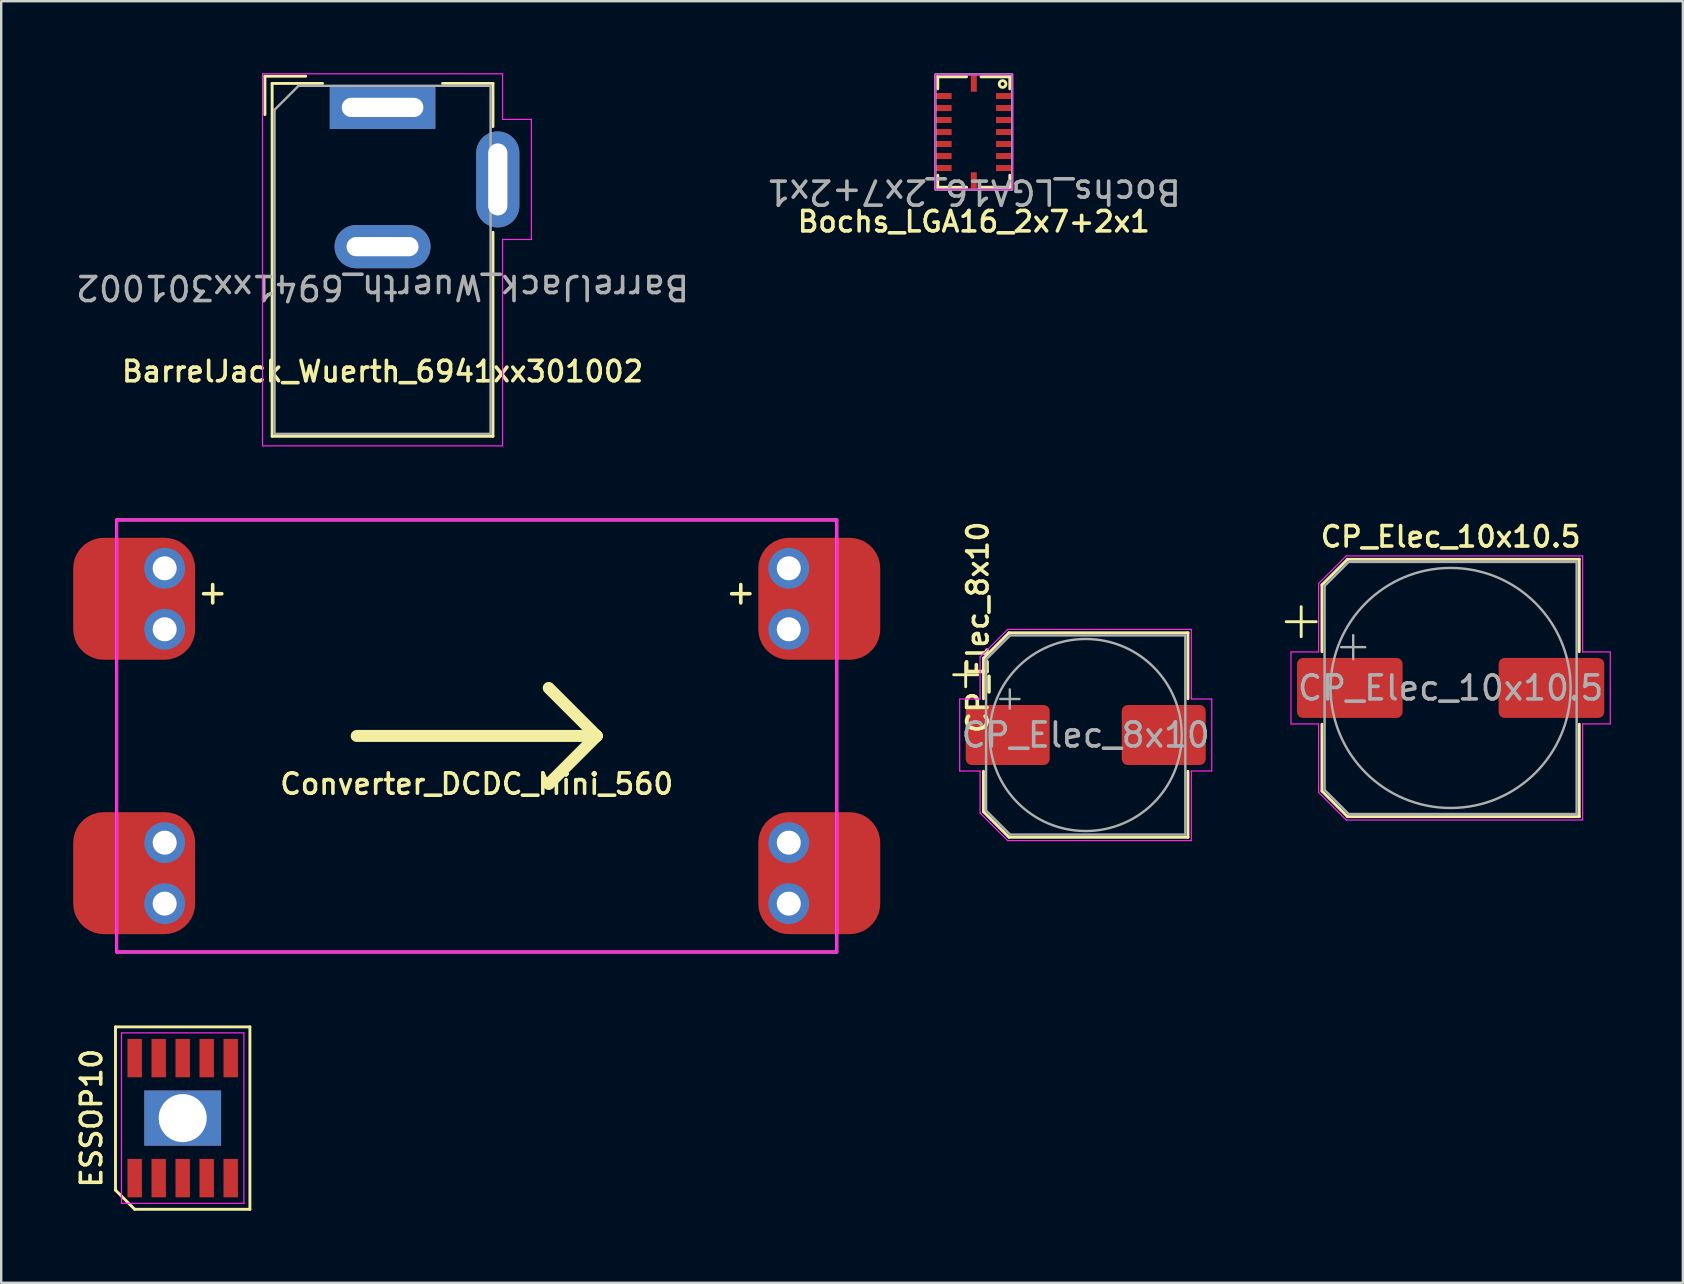
<source format=kicad_pcb>
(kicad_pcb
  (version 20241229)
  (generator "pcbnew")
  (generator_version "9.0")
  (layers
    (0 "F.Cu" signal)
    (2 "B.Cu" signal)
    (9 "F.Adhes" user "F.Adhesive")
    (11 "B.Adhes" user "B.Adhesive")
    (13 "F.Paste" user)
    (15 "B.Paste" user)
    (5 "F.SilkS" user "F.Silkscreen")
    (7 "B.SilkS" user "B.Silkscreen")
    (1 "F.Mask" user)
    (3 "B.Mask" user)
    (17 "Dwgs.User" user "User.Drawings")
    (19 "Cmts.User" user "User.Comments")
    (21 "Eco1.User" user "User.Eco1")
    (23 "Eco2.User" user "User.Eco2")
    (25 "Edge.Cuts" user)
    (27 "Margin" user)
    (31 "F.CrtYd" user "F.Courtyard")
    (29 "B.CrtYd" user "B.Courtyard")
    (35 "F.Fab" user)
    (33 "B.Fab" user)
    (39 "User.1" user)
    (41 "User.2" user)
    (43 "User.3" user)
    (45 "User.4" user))
  (footprint "Bochs_LGA16_2x7+2x1"
    (layer "F.Cu")
    (at 37.518 2.45)
    (property "Reference" "Bochs_LGA16_2x7+2x1" (at 0 3.733 0) (layer "F.SilkS") (effects (font (size 0.85 0.85) (thickness 0.15))))
    (attr smd)
    (fp_line (start -1.5 -2.3) (end -0.3 -2.3) (stroke (width 0.12) (type default)) (layer "F.SilkS"))
    (fp_line (start -1.5 -1.8) (end -1.5 -2.3) (stroke (width 0.12) (type default)) (layer "F.SilkS"))
    (fp_line (start -1.5 2.3) (end -1.5 1.8) (stroke (width 0.12) (type default)) (layer "F.SilkS"))
    (fp_line (start -0.3 2.3) (end -1.5 2.3) (stroke (width 0.12) (type default)) (layer "F.SilkS"))
    (fp_line (start 0.3 -2.3) (end 1.5 -2.3) (stroke (width 0.12) (type default)) (layer "F.SilkS"))
    (fp_line (start 1.5 -2.3) (end 1.5 -1.8) (stroke (width 0.12) (type default)) (layer "F.SilkS"))
    (fp_line (start 1.5 1.8) (end 1.5 2.3) (stroke (width 0.12) (type default)) (layer "F.SilkS"))
    (fp_line (start 1.5 2.3) (end 0.3 2.3) (stroke (width 0.12) (type default)) (layer "F.SilkS"))
    (fp_circle (center 1.2 -2) (end 1.3 -2.1) (stroke (width 0.12) (type default)) (fill no) (layer "F.SilkS"))
    (fp_rect (start -1.6 -2.4) (end 1.6 2.4) (stroke (width 0.05) (type default)) (fill no) (layer "F.CrtYd"))
    (fp_rect (start -1.6 -2.4) (end 1.6 2.4) (stroke (width 0.1) (type default)) (fill no) (layer "F.Fab"))
    (fp_text user "${REFERENCE}" (at 0 2.5 180) (unlocked yes) (layer "F.Fab") (effects (font (size 1 1) (thickness 0.15))))
    (pad "1" smd rect (at 1.262 -1.5 270) (size 0.25 0.675) (layers "F.Cu" "F.Mask" "F.Paste"))
    (pad "2" smd rect (at 1.262 -1 270) (size 0.25 0.675) (layers "F.Cu" "F.Mask" "F.Paste"))
    (pad "3" smd rect (at 1.262 -0.5 270) (size 0.25 0.675) (layers "F.Cu" "F.Mask" "F.Paste"))
    (pad "4" smd rect (at 1.262 0 270) (size 0.25 0.675) (layers "F.Cu" "F.Mask" "F.Paste"))
    (pad "5" smd rect (at 1.262 0.5 270) (size 0.25 0.675) (layers "F.Cu" "F.Mask" "F.Paste"))
    (pad "6" smd rect (at 1.262 1 270) (size 0.25 0.675) (layers "F.Cu" "F.Mask" "F.Paste"))
    (pad "7" smd rect (at 1.262 1.5 270) (size 0.25 0.675) (layers "F.Cu" "F.Mask" "F.Paste"))
    (pad "8" smd rect (at 0 2.013) (size 0.25 0.675) (layers "F.Cu" "F.Mask" "F.Paste"))
    (pad "9" smd rect (at -1.262 1.5 270) (size 0.25 0.675) (layers "F.Cu" "F.Mask" "F.Paste"))
    (pad "10" smd rect (at -1.262 1 270) (size 0.25 0.675) (layers "F.Cu" "F.Mask" "F.Paste"))
    (pad "11" smd rect (at -1.262 0.5 270) (size 0.25 0.675) (layers "F.Cu" "F.Mask" "F.Paste"))
    (pad "12" smd rect (at -1.262 0 270) (size 0.25 0.675) (layers "F.Cu" "F.Mask" "F.Paste"))
    (pad "13" smd rect (at -1.262 -0.5 270) (size 0.25 0.675) (layers "F.Cu" "F.Mask" "F.Paste"))
    (pad "14" smd rect (at -1.262 -1 270) (size 0.25 0.675) (layers "F.Cu" "F.Mask" "F.Paste"))
    (pad "15" smd rect (at -1.262 -1.5 270) (size 0.25 0.675) (layers "F.Cu" "F.Mask" "F.Paste"))
    (pad "16" smd rect (at 0 -2.013) (size 0.25 0.675) (layers "F.Cu" "F.Mask" "F.Paste")))
  (footprint "Converter_DCDC_Mini_560"
    (layer "F.Cu")
    (at 16.81 27.61)
    (property "Reference" "Converter_DCDC_Mini_560" (at 0 2 0) (layer "F.SilkS") (effects (font (size 0.85 0.85) (thickness 0.15))))
    (attr through_hole)
    (fp_line (start -15 -9) (end -15 9) (stroke (width 0.12) (type solid)) (layer "F.SilkS"))
    (fp_line (start -15 9) (end 15 9) (stroke (width 0.12) (type solid)) (layer "F.SilkS"))
    (fp_line (start -5 0) (end 5 0) (stroke (width 0.5) (type solid)) (layer "F.SilkS"))
    (fp_line (start 5 0) (end 3 -2) (stroke (width 0.5) (type solid)) (layer "F.SilkS"))
    (fp_line (start 5 0) (end 3 2) (stroke (width 0.5) (type solid)) (layer "F.SilkS"))
    (fp_line (start 15 -9) (end -15 -9) (stroke (width 0.12) (type solid)) (layer "F.SilkS"))
    (fp_line (start 15 9) (end 15 -9) (stroke (width 0.12) (type solid)) (layer "F.SilkS"))
    (fp_line (start -15 -9) (end -15 9) (stroke (width 0.12) (type solid)) (layer "F.CrtYd"))
    (fp_line (start -15 9) (end 15 9) (stroke (width 0.12) (type solid)) (layer "F.CrtYd"))
    (fp_line (start 15 -9) (end -15 -9) (stroke (width 0.12) (type solid)) (layer "F.CrtYd"))
    (fp_line (start 15 9) (end 15 -9) (stroke (width 0.12) (type solid)) (layer "F.CrtYd"))
    (fp_text user "+" (at 11 -6 0) (layer "F.SilkS") (effects (font (size 1 1) (thickness 0.15))))
    (fp_text user "+" (at -11 -6 0) (layer "F.SilkS") (effects (font (size 1 1) (thickness 0.15))))
    (pad "1" smd roundrect (at -14.27 -5.715 180) (size 5.08 5.08) (layers "F.Cu" "F.Mask" "F.Paste") (roundrect_rratio 0.25))
    (pad "1" thru_hole circle (at -13 -6.985 180) (size 1.7 1.7) (drill 1) (layers "*.Cu" "*.Mask"))
    (pad "1" thru_hole circle (at -13 -4.445 180) (size 1.7 1.7) (drill 1) (layers "*.Cu" "*.Mask"))
    (pad "2" smd roundrect (at -14.27 5.715 180) (size 5.08 5.08) (layers "F.Cu" "F.Mask" "F.Paste") (roundrect_rratio 0.25))
    (pad "2" thru_hole circle (at -13 4.445 180) (size 1.7 1.7) (drill 1) (layers "*.Cu" "*.Mask"))
    (pad "2" thru_hole circle (at -13 6.985 180) (size 1.7 1.7) (drill 1) (layers "*.Cu" "*.Mask"))
    (pad "2" thru_hole circle (at 13 4.445 180) (size 1.7 1.7) (drill 1) (layers "*.Cu" "*.Mask"))
    (pad "2" thru_hole circle (at 13 6.985 180) (size 1.7 1.7) (drill 1) (layers "*.Cu" "*.Mask"))
    (pad "2" smd roundrect (at 14.27 5.715 180) (size 5.08 5.08) (layers "F.Cu" "F.Mask" "F.Paste") (roundrect_rratio 0.25))
    (pad "3" thru_hole circle (at 13 -6.985 180) (size 1.7 1.7) (drill 1) (layers "*.Cu" "*.Mask"))
    (pad "3" thru_hole circle (at 13 -4.445 180) (size 1.7 1.7) (drill 1) (layers "*.Cu" "*.Mask"))
    (pad "3" smd roundrect (at 14.27 -5.715 180) (size 5.08 5.08) (layers "F.Cu" "F.Mask" "F.Paste") (roundrect_rratio 0.25)))
  (footprint "CP_Elec_8x10"
    (layer "F.Cu")
    (at 42.18 27.57)
    (property "Reference" "CP_Elec_8x10" (at -4.496 -4.488 90) (layer "F.SilkS") (effects (font (size 0.85 0.85) (thickness 0.15))))
    (attr smd)
    (fp_line (start -5.5 -2.51) (end -4.5 -2.51) (stroke (width 0.12) (type solid)) (layer "F.SilkS"))
    (fp_line (start -5 -3.01) (end -5 -2.01) (stroke (width 0.12) (type solid)) (layer "F.SilkS"))
    (fp_line (start -4.26 -3.196) (end -4.26 -1.51) (stroke (width 0.12) (type solid)) (layer "F.SilkS"))
    (fp_line (start -4.26 -3.196) (end -3.196 -4.26) (stroke (width 0.12) (type solid)) (layer "F.SilkS"))
    (fp_line (start -4.26 3.196) (end -4.26 1.51) (stroke (width 0.12) (type solid)) (layer "F.SilkS"))
    (fp_line (start -4.26 3.196) (end -3.196 4.26) (stroke (width 0.12) (type solid)) (layer "F.SilkS"))
    (fp_line (start -3.196 -4.26) (end 4.26 -4.26) (stroke (width 0.12) (type solid)) (layer "F.SilkS"))
    (fp_line (start -3.196 4.26) (end 4.26 4.26) (stroke (width 0.12) (type solid)) (layer "F.SilkS"))
    (fp_line (start 4.26 -4.26) (end 4.26 -1.51) (stroke (width 0.12) (type solid)) (layer "F.SilkS"))
    (fp_line (start 4.26 4.26) (end 4.26 1.51) (stroke (width 0.12) (type solid)) (layer "F.SilkS"))
    (fp_line (start -5.25 -1.5) (end -5.25 1.5) (stroke (width 0.05) (type solid)) (layer "F.CrtYd"))
    (fp_line (start -5.25 1.5) (end -4.4 1.5) (stroke (width 0.05) (type solid)) (layer "F.CrtYd"))
    (fp_line (start -4.4 -3.25) (end -4.4 -1.5) (stroke (width 0.05) (type solid)) (layer "F.CrtYd"))
    (fp_line (start -4.4 -3.25) (end -3.25 -4.4) (stroke (width 0.05) (type solid)) (layer "F.CrtYd"))
    (fp_line (start -4.4 -1.5) (end -5.25 -1.5) (stroke (width 0.05) (type solid)) (layer "F.CrtYd"))
    (fp_line (start -4.4 1.5) (end -4.4 3.25) (stroke (width 0.05) (type solid)) (layer "F.CrtYd"))
    (fp_line (start -4.4 3.25) (end -3.25 4.4) (stroke (width 0.05) (type solid)) (layer "F.CrtYd"))
    (fp_line (start -3.25 -4.4) (end 4.4 -4.4) (stroke (width 0.05) (type solid)) (layer "F.CrtYd"))
    (fp_line (start -3.25 4.4) (end 4.4 4.4) (stroke (width 0.05) (type solid)) (layer "F.CrtYd"))
    (fp_line (start 4.4 -4.4) (end 4.4 -1.5) (stroke (width 0.05) (type solid)) (layer "F.CrtYd"))
    (fp_line (start 4.4 -1.5) (end 5.25 -1.5) (stroke (width 0.05) (type solid)) (layer "F.CrtYd"))
    (fp_line (start 4.4 1.5) (end 4.4 4.4) (stroke (width 0.05) (type solid)) (layer "F.CrtYd"))
    (fp_line (start 5.25 -1.5) (end 5.25 1.5) (stroke (width 0.05) (type solid)) (layer "F.CrtYd"))
    (fp_line (start 5.25 1.5) (end 4.4 1.5) (stroke (width 0.05) (type solid)) (layer "F.CrtYd"))
    (fp_line (start -4.15 -3.15) (end -4.15 3.15) (stroke (width 0.1) (type solid)) (layer "F.Fab"))
    (fp_line (start -4.15 -3.15) (end -3.15 -4.15) (stroke (width 0.1) (type solid)) (layer "F.Fab"))
    (fp_line (start -4.15 3.15) (end -3.15 4.15) (stroke (width 0.1) (type solid)) (layer "F.Fab"))
    (fp_line (start -3.562 -1.5) (end -2.762 -1.5) (stroke (width 0.1) (type solid)) (layer "F.Fab"))
    (fp_line (start -3.162 -1.9) (end -3.162 -1.1) (stroke (width 0.1) (type solid)) (layer "F.Fab"))
    (fp_line (start -3.15 -4.15) (end 4.15 -4.15) (stroke (width 0.1) (type solid)) (layer "F.Fab"))
    (fp_line (start -3.15 4.15) (end 4.15 4.15) (stroke (width 0.1) (type solid)) (layer "F.Fab"))
    (fp_line (start 4.15 -4.15) (end 4.15 4.15) (stroke (width 0.1) (type solid)) (layer "F.Fab"))
    (fp_circle (center 0 0) (end 4 0) (stroke (width 0.1) (type solid)) (fill no) (layer "F.Fab"))
    (fp_text user "${REFERENCE}" (at 0 0 0) (layer "F.Fab") (effects (font (size 1 1) (thickness 0.15))))
    (pad "1" smd roundrect (at -3.25 0) (size 3.5 2.5) (layers "F.Cu" "F.Mask" "F.Paste") (roundrect_rratio 0.1))
    (pad "2" smd roundrect (at 3.25 0) (size 3.5 2.5) (layers "F.Cu" "F.Mask" "F.Paste") (roundrect_rratio 0.1)))
  (footprint "BarrelJack_Wuerth_6941xx301002"
    (layer "F.Cu")
    (at 12.887 1.425)
    (property "Reference" "BarrelJack_Wuerth_6941xx301002" (at 0 11 0) (layer "F.SilkS") (effects (font (size 0.85 0.85) (thickness 0.15))))
    (attr through_hole)
    (fp_line (start -4.9 -1.3) (end -4.9 0.3) (stroke (width 0.12) (type solid)) (layer "F.SilkS"))
    (fp_line (start -4.6 -1) (end -2.5 -1) (stroke (width 0.12) (type solid)) (layer "F.SilkS"))
    (fp_line (start -4.6 13.7) (end -4.6 -1) (stroke (width 0.12) (type solid)) (layer "F.SilkS"))
    (fp_line (start -3.2 -1.3) (end -4.9 -1.3) (stroke (width 0.12) (type solid)) (layer "F.SilkS"))
    (fp_line (start 2.5 -1) (end 4.6 -1) (stroke (width 0.12) (type solid)) (layer "F.SilkS"))
    (fp_line (start 4.6 -1) (end 4.6 0.8) (stroke (width 0.12) (type solid)) (layer "F.SilkS"))
    (fp_line (start 4.6 5.2) (end 4.6 13.7) (stroke (width 0.12) (type solid)) (layer "F.SilkS"))
    (fp_line (start 4.6 13.7) (end -4.6 13.7) (stroke (width 0.12) (type solid)) (layer "F.SilkS"))
    (fp_line (start -5 -1.4) (end -5 14.1) (stroke (width 0.05) (type solid)) (layer "F.CrtYd"))
    (fp_line (start -5 14.1) (end 5 14.1) (stroke (width 0.05) (type solid)) (layer "F.CrtYd"))
    (fp_line (start 5 -1.4) (end -5 -1.4) (stroke (width 0.05) (type solid)) (layer "F.CrtYd"))
    (fp_line (start 5 0.5) (end 5 -1.4) (stroke (width 0.05) (type solid)) (layer "F.CrtYd"))
    (fp_line (start 5 14.1) (end 5 5.5) (stroke (width 0.05) (type solid)) (layer "F.CrtYd"))
    (fp_line (start 6.2 0.5) (end 5 0.5) (stroke (width 0.05) (type solid)) (layer "F.CrtYd"))
    (fp_line (start 6.2 0.5) (end 6.2 5.5) (stroke (width 0.05) (type solid)) (layer "F.CrtYd"))
    (fp_line (start 6.2 5.5) (end 5 5.5) (stroke (width 0.05) (type solid)) (layer "F.CrtYd"))
    (fp_line (start -4.5 0.1) (end -3.5 -0.9) (stroke (width 0.1) (type solid)) (layer "F.Fab"))
    (fp_line (start -4.5 13.6) (end -4.5 0.1) (stroke (width 0.1) (type solid)) (layer "F.Fab"))
    (fp_line (start 4.5 -0.9) (end -3.5 -0.9) (stroke (width 0.1) (type solid)) (layer "F.Fab"))
    (fp_line (start 4.5 -0.9) (end 4.5 13.6) (stroke (width 0.1) (type solid)) (layer "F.Fab"))
    (fp_line (start 4.5 13.6) (end -4.5 13.6) (stroke (width 0.1) (type solid)) (layer "F.Fab"))
    (fp_text user "${REFERENCE}" (at 0 7.5 180) (unlocked yes) (layer "F.Fab") (effects (font (size 1 1) (thickness 0.15))))
    (pad "1" thru_hole rect (at 0 0 180) (size 4.4 1.8) (drill oval 3.4 0.8) (layers "*.Cu" "*.Mask"))
    (pad "2" thru_hole oval (at 0 5.8 180) (size 4 1.8) (drill oval 3 0.8) (layers "*.Cu" "*.Mask"))
    (pad "3" thru_hole oval (at 4.8 3 270) (size 4 1.8) (drill oval 3 0.8) (layers "*.Cu" "*.Mask")))
  (footprint "CP_Elec_10x10.5"
    (layer "F.Cu")
    (at 57.382 25.61)
    (property "Reference" "CP_Elec_10x10.5" (at 0 -6.3 0) (layer "F.SilkS") (effects (font (size 0.85 0.85) (thickness 0.15))))
    (attr smd)
    (fp_line (start -6.85 -2.76) (end -5.6 -2.76) (stroke (width 0.12) (type solid)) (layer "F.SilkS"))
    (fp_line (start -6.225 -3.385) (end -6.225 -2.135) (stroke (width 0.12) (type solid)) (layer "F.SilkS"))
    (fp_line (start -5.36 -4.296) (end -5.36 -1.51) (stroke (width 0.12) (type solid)) (layer "F.SilkS"))
    (fp_line (start -5.36 -4.296) (end -4.296 -5.36) (stroke (width 0.12) (type solid)) (layer "F.SilkS"))
    (fp_line (start -5.36 4.296) (end -5.36 1.51) (stroke (width 0.12) (type solid)) (layer "F.SilkS"))
    (fp_line (start -5.36 4.296) (end -4.296 5.36) (stroke (width 0.12) (type solid)) (layer "F.SilkS"))
    (fp_line (start -4.296 -5.36) (end 5.36 -5.36) (stroke (width 0.12) (type solid)) (layer "F.SilkS"))
    (fp_line (start -4.296 5.36) (end 5.36 5.36) (stroke (width 0.12) (type solid)) (layer "F.SilkS"))
    (fp_line (start 5.36 -5.36) (end 5.36 -1.51) (stroke (width 0.12) (type solid)) (layer "F.SilkS"))
    (fp_line (start 5.36 5.36) (end 5.36 1.51) (stroke (width 0.12) (type solid)) (layer "F.SilkS"))
    (fp_line (start -6.65 -1.5) (end -6.65 1.5) (stroke (width 0.05) (type solid)) (layer "F.CrtYd"))
    (fp_line (start -6.65 1.5) (end -5.5 1.5) (stroke (width 0.05) (type solid)) (layer "F.CrtYd"))
    (fp_line (start -5.5 -4.35) (end -5.5 -1.5) (stroke (width 0.05) (type solid)) (layer "F.CrtYd"))
    (fp_line (start -5.5 -4.35) (end -4.35 -5.5) (stroke (width 0.05) (type solid)) (layer "F.CrtYd"))
    (fp_line (start -5.5 -1.5) (end -6.65 -1.5) (stroke (width 0.05) (type solid)) (layer "F.CrtYd"))
    (fp_line (start -5.5 1.5) (end -5.5 4.35) (stroke (width 0.05) (type solid)) (layer "F.CrtYd"))
    (fp_line (start -5.5 4.35) (end -4.35 5.5) (stroke (width 0.05) (type solid)) (layer "F.CrtYd"))
    (fp_line (start -4.35 -5.5) (end 5.5 -5.5) (stroke (width 0.05) (type solid)) (layer "F.CrtYd"))
    (fp_line (start -4.35 5.5) (end 5.5 5.5) (stroke (width 0.05) (type solid)) (layer "F.CrtYd"))
    (fp_line (start 5.5 -5.5) (end 5.5 -1.5) (stroke (width 0.05) (type solid)) (layer "F.CrtYd"))
    (fp_line (start 5.5 -1.5) (end 6.65 -1.5) (stroke (width 0.05) (type solid)) (layer "F.CrtYd"))
    (fp_line (start 5.5 1.5) (end 5.5 5.5) (stroke (width 0.05) (type solid)) (layer "F.CrtYd"))
    (fp_line (start 6.65 -1.5) (end 6.65 1.5) (stroke (width 0.05) (type solid)) (layer "F.CrtYd"))
    (fp_line (start 6.65 1.5) (end 5.5 1.5) (stroke (width 0.05) (type solid)) (layer "F.CrtYd"))
    (fp_line (start -5.25 -4.25) (end -5.25 4.25) (stroke (width 0.1) (type solid)) (layer "F.Fab"))
    (fp_line (start -5.25 -4.25) (end -4.25 -5.25) (stroke (width 0.1) (type solid)) (layer "F.Fab"))
    (fp_line (start -5.25 4.25) (end -4.25 5.25) (stroke (width 0.1) (type solid)) (layer "F.Fab"))
    (fp_line (start -4.558 -1.7) (end -3.558 -1.7) (stroke (width 0.1) (type solid)) (layer "F.Fab"))
    (fp_line (start -4.25 -5.25) (end 5.25 -5.25) (stroke (width 0.1) (type solid)) (layer "F.Fab"))
    (fp_line (start -4.25 5.25) (end 5.25 5.25) (stroke (width 0.1) (type solid)) (layer "F.Fab"))
    (fp_line (start -4.058 -2.2) (end -4.058 -1.2) (stroke (width 0.1) (type solid)) (layer "F.Fab"))
    (fp_line (start 5.25 -5.25) (end 5.25 5.25) (stroke (width 0.1) (type solid)) (layer "F.Fab"))
    (fp_circle (center 0 0) (end 5 0) (stroke (width 0.1) (type solid)) (fill no) (layer "F.Fab"))
    (fp_text user "${REFERENCE}" (at 0 0 0) (layer "F.Fab") (effects (font (size 1 1) (thickness 0.15))))
    (pad "1" smd roundrect (at -4.2 0) (size 4.4 2.5) (layers "F.Cu" "F.Mask" "F.Paste") (roundrect_rratio 0.1))
    (pad "2" smd roundrect (at 4.2 0) (size 4.4 2.5) (layers "F.Cu" "F.Mask" "F.Paste") (roundrect_rratio 0.1)))
  (footprint "ESSOP10"
    (layer "F.Cu")
    (at 4.561 43.53)
    (property "Reference" "ESSOP10" (at -3.8 0 270) (layer "F.SilkS") (effects (font (size 0.85 0.85) (thickness 0.15))))
    (attr smd)
    (fp_line (start -2.8 -3.8) (end 2.8 -3.8) (stroke (width 0.12) (type solid)) (layer "F.SilkS"))
    (fp_line (start -2.8 3) (end -2.8 -3.8) (stroke (width 0.12) (type solid)) (layer "F.SilkS"))
    (fp_line (start -2 3.8) (end -2.8 3) (stroke (width 0.12) (type solid)) (layer "F.SilkS"))
    (fp_line (start 2.8 -3.8) (end 2.8 3.8) (stroke (width 0.12) (type solid)) (layer "F.SilkS"))
    (fp_line (start 2.8 3.8) (end -2 3.8) (stroke (width 0.12) (type solid)) (layer "F.SilkS"))
    (fp_line (start -2.55 -3.55) (end 2.55 -3.55) (stroke (width 0.05) (type solid)) (layer "F.CrtYd"))
    (fp_line (start -2.55 3.55) (end -2.55 -3.55) (stroke (width 0.05) (type solid)) (layer "F.CrtYd"))
    (fp_line (start 2.55 -3.55) (end 2.55 3.55) (stroke (width 0.05) (type solid)) (layer "F.CrtYd"))
    (fp_line (start 2.55 3.55) (end -2.55 3.55) (stroke (width 0.05) (type solid)) (layer "F.CrtYd"))
    (pad "1" smd rect (at -2 2.5) (size 0.6 1.6) (layers "F.Cu" "F.Mask" "F.Paste"))
    (pad "2" smd rect (at -1 2.5) (size 0.6 1.6) (layers "F.Cu" "F.Mask" "F.Paste"))
    (pad "3" smd rect (at 0 2.5) (size 0.6 1.6) (layers "F.Cu" "F.Mask" "F.Paste"))
    (pad "4" smd rect (at 1 2.5) (size 0.6 1.6) (layers "F.Cu" "F.Mask" "F.Paste"))
    (pad "5" smd rect (at 2 2.5) (size 0.6 1.6) (layers "F.Cu" "F.Mask" "F.Paste"))
    (pad "6" smd rect (at 2 -2.5) (size 0.6 1.6) (layers "F.Cu" "F.Mask" "F.Paste"))
    (pad "7" smd rect (at 1 -2.5) (size 0.6 1.6) (layers "F.Cu" "F.Mask" "F.Paste"))
    (pad "8" smd rect (at 0 -2.5) (size 0.6 1.6) (layers "F.Cu" "F.Mask" "F.Paste"))
    (pad "9" smd rect (at -1 -2.5) (size 0.6 1.6) (layers "F.Cu" "F.Mask" "F.Paste"))
    (pad "10" smd rect (at -2 -2.5) (size 0.6 1.6) (layers "F.Cu" "F.Mask" "F.Paste"))
    (pad "11" thru_hole rect (at 0 0) (size 3.2 2.3) (drill 2) (layers "*.Cu" "*.Mask")))
  (gr_rect
    (start -3 -3)
    (end 67.057 50.39)
    (stroke (width 0.1) (type default))
    (fill no)
    (layer "Edge.Cuts")))
</source>
